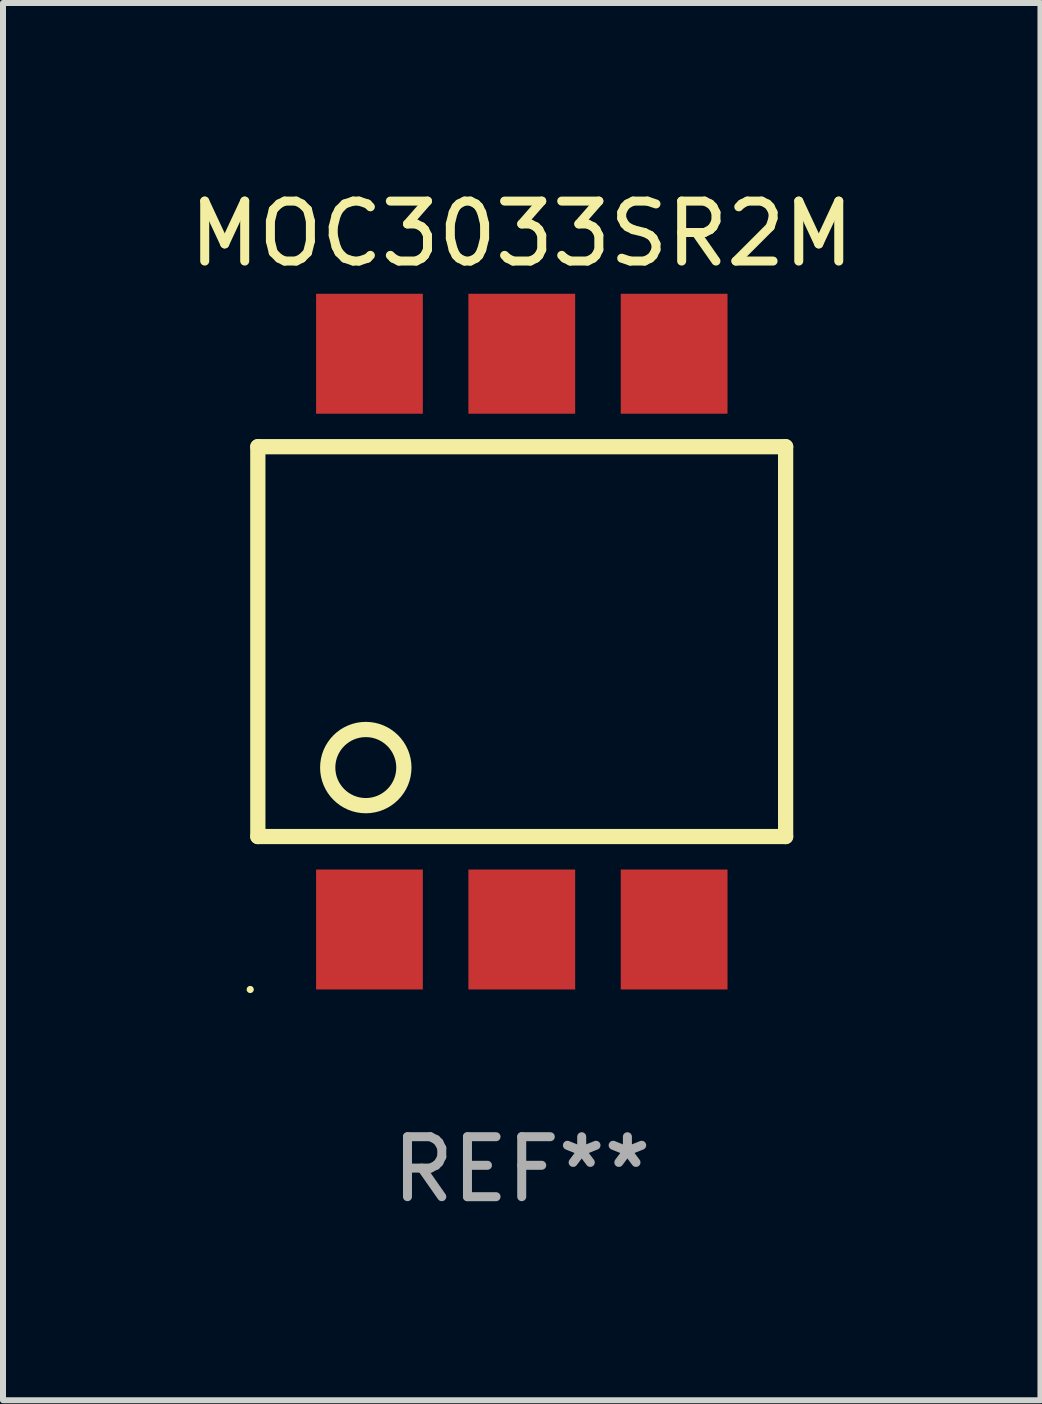
<source format=kicad_pcb>
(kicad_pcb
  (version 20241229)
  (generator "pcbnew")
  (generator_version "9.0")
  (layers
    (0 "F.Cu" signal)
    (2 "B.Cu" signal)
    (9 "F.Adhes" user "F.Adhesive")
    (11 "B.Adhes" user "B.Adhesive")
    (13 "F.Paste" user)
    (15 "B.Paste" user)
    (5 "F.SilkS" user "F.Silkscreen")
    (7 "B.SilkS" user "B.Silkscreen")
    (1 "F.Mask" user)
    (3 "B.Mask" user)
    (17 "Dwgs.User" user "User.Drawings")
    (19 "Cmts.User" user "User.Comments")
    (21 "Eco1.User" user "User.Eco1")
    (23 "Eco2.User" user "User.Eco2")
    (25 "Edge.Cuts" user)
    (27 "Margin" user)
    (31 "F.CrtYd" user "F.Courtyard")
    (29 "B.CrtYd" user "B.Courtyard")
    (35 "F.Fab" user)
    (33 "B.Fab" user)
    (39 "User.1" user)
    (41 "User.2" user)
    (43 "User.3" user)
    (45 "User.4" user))
  (footprint "MOC3033SR2M"
    (layer "F.Cu")
    (at 5.649 7.648)
    (property "Reference" "MOC3033SR2M" (at 0 -6.8 0) (layer "F.SilkS") (effects (font (size 1 1) (thickness 0.15))))
    (attr through_hole)
    (fp_line (start -4.4 -3.25) (end -4.4 3.25) (stroke (width 0.254) (type solid)) (layer "F.SilkS"))
    (fp_line (start -4.4 -3.25) (end 4.4 -3.25) (stroke (width 0.254) (type solid)) (layer "F.SilkS"))
    (fp_line (start 4.4 3.25) (end -4.4 3.25) (stroke (width 0.254) (type solid)) (layer "F.SilkS"))
    (fp_line (start 4.4 3.25) (end 4.4 -3.25) (stroke (width 0.254) (type solid)) (layer "F.SilkS"))
    (fp_circle (center -4.527 5.8) (end -4.497 5.8) (stroke (width 0.06) (type solid)) (fill no) (layer "F.SilkS"))
    (fp_circle (center -2.6 2.1) (end -1.965 2.1) (stroke (width 0.254) (type solid)) (fill no) (layer "F.SilkS"))
    (fp_text user "REF**" (at 0 8.8 0) (layer "F.Fab") (effects (font (size 1 1) (thickness 0.15))))
    (pad "1" smd rect (at -2.539 4.8) (size 1.78 2) (layers "F.Cu" "F.Mask" "F.Paste"))
    (pad "2" smd rect (at 0.001 4.8) (size 1.78 2) (layers "F.Cu" "F.Mask" "F.Paste"))
    (pad "3" smd rect (at 2.541 4.8) (size 1.78 2) (layers "F.Cu" "F.Mask" "F.Paste"))
    (pad "4" smd rect (at 2.541 -4.8) (size 1.78 2) (layers "F.Cu" "F.Mask" "F.Paste"))
    (pad "5" smd rect (at 0.001 -4.8) (size 1.78 2) (layers "F.Cu" "F.Mask" "F.Paste"))
    (pad "6" smd rect (at -2.539 -4.8) (size 1.78 2) (layers "F.Cu" "F.Mask" "F.Paste")))
  (gr_rect
    (start -3 -3)
    (end 14.298 20.297)
    (stroke (width 0.1) (type default))
    (fill no)
    (layer "Edge.Cuts")))
</source>
